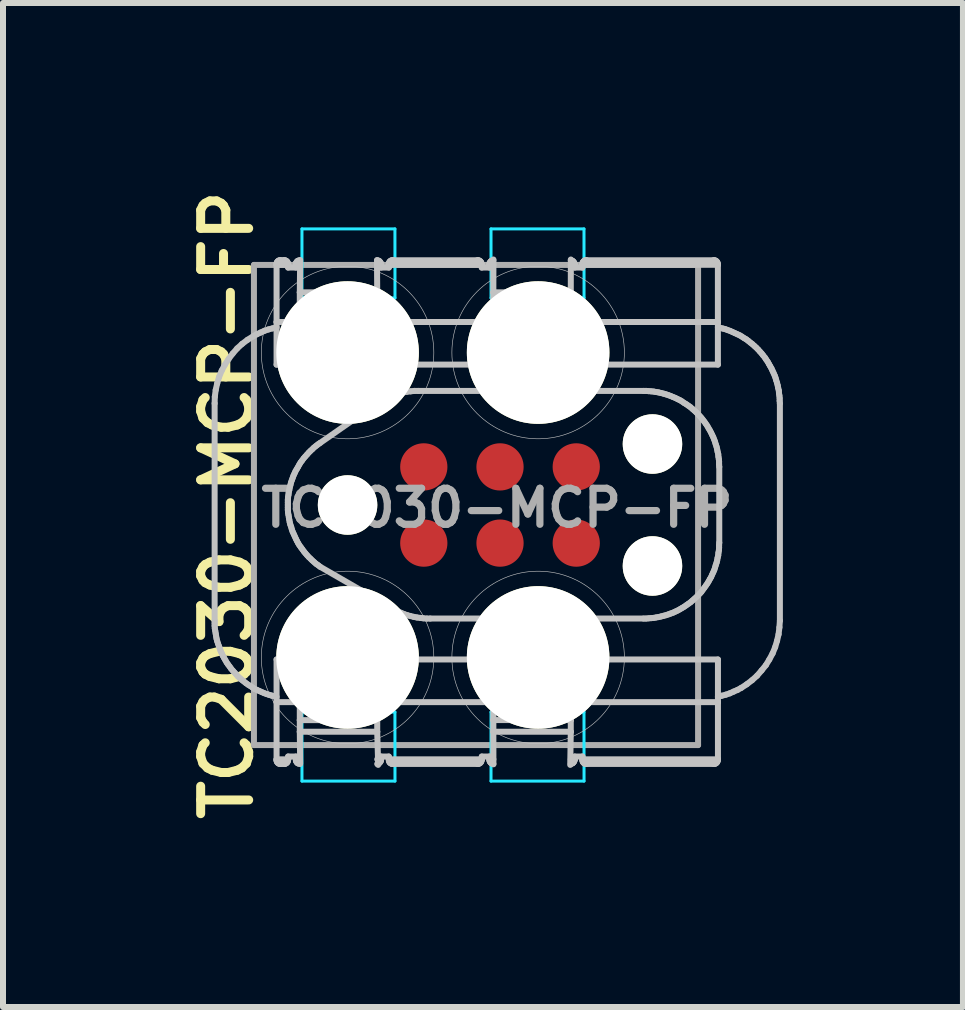
<source format=kicad_pcb>
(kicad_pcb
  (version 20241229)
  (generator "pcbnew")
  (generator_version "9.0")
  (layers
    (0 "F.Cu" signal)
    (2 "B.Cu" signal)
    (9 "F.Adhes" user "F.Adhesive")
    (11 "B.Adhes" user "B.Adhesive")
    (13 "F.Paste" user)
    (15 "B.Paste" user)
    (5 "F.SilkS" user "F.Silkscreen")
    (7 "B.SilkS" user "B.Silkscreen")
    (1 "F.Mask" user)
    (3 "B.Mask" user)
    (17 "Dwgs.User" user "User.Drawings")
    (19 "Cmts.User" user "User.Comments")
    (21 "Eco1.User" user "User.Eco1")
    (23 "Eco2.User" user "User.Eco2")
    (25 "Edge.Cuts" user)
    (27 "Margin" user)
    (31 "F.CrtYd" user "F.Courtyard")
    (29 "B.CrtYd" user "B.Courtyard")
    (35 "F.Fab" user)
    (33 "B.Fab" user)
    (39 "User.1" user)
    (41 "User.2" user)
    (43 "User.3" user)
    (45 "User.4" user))
  (footprint "TC2030-MCP-FP"
    (layer "F.Cu")
    (at 5.281 5.364)
    (property "Reference" "TC2030-MCP-FP" (at -4.55 0 270) (layer "F.SilkS") (effects (font (size 0.8 0.8) (thickness 0.15) (bold yes))))
    (attr exclude_from_pos_files exclude_from_bom)
    (fp_line (start -4.755 1.928) (end -4.755 -1.693) (stroke (width 0.1) (type solid)) (layer "Dwgs.User"))
    (fp_line (start -4.755 1.928) (end -4.755 1.971) (stroke (width 0.1) (type solid)) (layer "Dwgs.User"))
    (fp_line (start -4.755 1.971) (end -4.755 2.014) (stroke (width 0.1) (type solid)) (layer "Dwgs.User"))
    (fp_line (start -4.755 2.014) (end -4.752 2.057) (stroke (width 0.1) (type solid)) (layer "Dwgs.User"))
    (fp_line (start -4.752 -1.804) (end -4.755 -1.693) (stroke (width 0.1) (type solid)) (layer "Dwgs.User"))
    (fp_line (start -4.752 2.057) (end -4.744 2.1) (stroke (width 0.1) (type solid)) (layer "Dwgs.User"))
    (fp_line (start -4.744 2.1) (end -4.737 2.143) (stroke (width 0.1) (type solid)) (layer "Dwgs.User"))
    (fp_line (start -4.737 -1.916) (end -4.752 -1.804) (stroke (width 0.1) (type solid)) (layer "Dwgs.User"))
    (fp_line (start -4.737 2.143) (end -4.73 2.186) (stroke (width 0.1) (type solid)) (layer "Dwgs.User"))
    (fp_line (start -4.73 2.186) (end -4.723 2.226) (stroke (width 0.1) (type solid)) (layer "Dwgs.User"))
    (fp_line (start -4.723 2.226) (end -4.712 2.269) (stroke (width 0.1) (type solid)) (layer "Dwgs.User"))
    (fp_line (start -4.712 -2.027) (end -4.737 -1.916) (stroke (width 0.1) (type solid)) (layer "Dwgs.User"))
    (fp_line (start -4.712 2.269) (end -4.698 2.312) (stroke (width 0.1) (type solid)) (layer "Dwgs.User"))
    (fp_line (start -4.698 2.312) (end -4.683 2.352) (stroke (width 0.1) (type solid)) (layer "Dwgs.User"))
    (fp_line (start -4.683 2.352) (end -4.669 2.391) (stroke (width 0.1) (type solid)) (layer "Dwgs.User"))
    (fp_line (start -4.68 -2.135) (end -4.712 -2.027) (stroke (width 0.1) (type solid)) (layer "Dwgs.User"))
    (fp_line (start -4.669 2.391) (end -4.655 2.431) (stroke (width 0.1) (type solid)) (layer "Dwgs.User"))
    (fp_line (start -4.655 2.431) (end -4.637 2.47) (stroke (width 0.1) (type solid)) (layer "Dwgs.User"))
    (fp_line (start -4.637 -2.239) (end -4.68 -2.135) (stroke (width 0.1) (type solid)) (layer "Dwgs.User"))
    (fp_line (start -4.637 2.47) (end -4.619 2.51) (stroke (width 0.1) (type solid)) (layer "Dwgs.User"))
    (fp_line (start -4.619 2.51) (end -4.597 2.549) (stroke (width 0.1) (type solid)) (layer "Dwgs.User"))
    (fp_line (start -4.597 2.549) (end -4.576 2.585) (stroke (width 0.1) (type solid)) (layer "Dwgs.User"))
    (fp_line (start -4.583 -2.339) (end -4.637 -2.239) (stroke (width 0.1) (type solid)) (layer "Dwgs.User"))
    (fp_line (start -4.576 2.585) (end -4.554 2.625) (stroke (width 0.1) (type solid)) (layer "Dwgs.User"))
    (fp_line (start -4.554 2.625) (end -4.529 2.66) (stroke (width 0.1) (type solid)) (layer "Dwgs.User"))
    (fp_line (start -4.529 2.66) (end -4.504 2.693) (stroke (width 0.1) (type solid)) (layer "Dwgs.User"))
    (fp_line (start -4.522 -2.433) (end -4.583 -2.339) (stroke (width 0.1) (type solid)) (layer "Dwgs.User"))
    (fp_line (start -4.504 2.693) (end -4.479 2.729) (stroke (width 0.1) (type solid)) (layer "Dwgs.User"))
    (fp_line (start -4.479 2.729) (end -4.451 2.761) (stroke (width 0.1) (type solid)) (layer "Dwgs.User"))
    (fp_line (start -4.454 -2.523) (end -4.522 -2.433) (stroke (width 0.1) (type solid)) (layer "Dwgs.User"))
    (fp_line (start -4.451 2.761) (end -4.422 2.793) (stroke (width 0.1) (type solid)) (layer "Dwgs.User"))
    (fp_line (start -4.422 2.793) (end -4.393 2.826) (stroke (width 0.1) (type solid)) (layer "Dwgs.User"))
    (fp_line (start -4.393 2.826) (end -4.365 2.858) (stroke (width 0.1) (type solid)) (layer "Dwgs.User"))
    (fp_line (start -4.379 -2.609) (end -4.454 -2.523) (stroke (width 0.1) (type solid)) (layer "Dwgs.User"))
    (fp_line (start -4.365 2.858) (end -4.332 2.887) (stroke (width 0.1) (type solid)) (layer "Dwgs.User"))
    (fp_line (start -4.332 2.887) (end -4.3 2.915) (stroke (width 0.1) (type solid)) (layer "Dwgs.User"))
    (fp_line (start -4.3 2.915) (end -4.268 2.94) (stroke (width 0.1) (type solid)) (layer "Dwgs.User"))
    (fp_line (start -4.297 -2.684) (end -4.379 -2.609) (stroke (width 0.1) (type solid)) (layer "Dwgs.User"))
    (fp_line (start -4.268 2.94) (end -4.232 2.969) (stroke (width 0.1) (type solid)) (layer "Dwgs.User"))
    (fp_line (start -4.232 2.969) (end -4.196 2.994) (stroke (width 0.1) (type solid)) (layer "Dwgs.User"))
    (fp_line (start -4.207 -2.752) (end -4.297 -2.684) (stroke (width 0.1) (type solid)) (layer "Dwgs.User"))
    (fp_line (start -4.196 2.994) (end -4.16 3.016) (stroke (width 0.1) (type solid)) (layer "Dwgs.User"))
    (fp_line (start -4.16 3.016) (end -4.124 3.041) (stroke (width 0.1) (type solid)) (layer "Dwgs.User"))
    (fp_line (start -4.124 3.041) (end -4.089 3.063) (stroke (width 0.1) (type solid)) (layer "Dwgs.User"))
    (fp_line (start -4.11 -2.813) (end -4.207 -2.752) (stroke (width 0.1) (type solid)) (layer "Dwgs.User"))
    (fp_line (start -4.089 3.063) (end -4.049 3.081) (stroke (width 0.1) (type solid)) (layer "Dwgs.User"))
    (fp_line (start -4.049 -2.846) (end -4.11 -2.813) (stroke (width 0.1) (type solid)) (layer "Dwgs.User"))
    (fp_line (start -4.049 3.081) (end -4.01 3.099) (stroke (width 0.1) (type solid)) (layer "Dwgs.User"))
    (fp_line (start -4.01 3.099) (end -3.97 3.117) (stroke (width 0.1) (type solid)) (layer "Dwgs.User"))
    (fp_line (start -3.988 -2.874) (end -4.049 -2.846) (stroke (width 0.1) (type solid)) (layer "Dwgs.User"))
    (fp_line (start -3.97 3.117) (end -3.931 3.134) (stroke (width 0.1) (type solid)) (layer "Dwgs.User"))
    (fp_line (start -3.931 3.134) (end -3.891 3.149) (stroke (width 0.1) (type solid)) (layer "Dwgs.User"))
    (fp_line (start -3.924 -2.903) (end -3.988 -2.874) (stroke (width 0.1) (type solid)) (layer "Dwgs.User"))
    (fp_line (start -3.891 3.149) (end -3.848 3.163) (stroke (width 0.1) (type solid)) (layer "Dwgs.User"))
    (fp_line (start -3.859 -2.925) (end -3.924 -2.903) (stroke (width 0.1) (type solid)) (layer "Dwgs.User"))
    (fp_line (start -3.848 3.163) (end -3.809 3.174) (stroke (width 0.1) (type solid)) (layer "Dwgs.User"))
    (fp_line (start -3.809 3.174) (end -3.766 3.185) (stroke (width 0.1) (type solid)) (layer "Dwgs.User"))
    (fp_line (start -3.791 -2.943) (end -3.859 -2.925) (stroke (width 0.1) (type solid)) (layer "Dwgs.User"))
    (fp_line (start -3.766 3.185) (end -3.723 3.196) (stroke (width 0.1) (type solid)) (layer "Dwgs.User"))
    (fp_line (start -3.723 -3.049) (end -3.723 -4.002) (stroke (width 0.1) (type solid)) (layer "Dwgs.User"))
    (fp_line (start -3.723 -2.96) (end -3.791 -2.943) (stroke (width 0.1) (type solid)) (layer "Dwgs.User"))
    (fp_line (start -3.723 -4.01) (end -3.723 -4.002) (stroke (width 0.1) (type solid)) (layer "Dwgs.User"))
    (fp_line (start -3.723 3.285) (end -3.336 3.285) (stroke (width 0.1) (type solid)) (layer "Dwgs.User"))
    (fp_line (start -3.723 4.244) (end -3.723 4.262) (stroke (width 0.1) (type solid)) (layer "Dwgs.User"))
    (fp_line (start -3.723 4.262) (end -3.716 4.28) (stroke (width 0.1) (type solid)) (layer "Dwgs.User"))
    (fp_line (start -3.723 -3.049) (end -3.723 -2.339) (stroke (width 0.1) (type solid)) (layer "Dwgs.User"))
    (fp_line (start -3.723 -4.028) (end -3.723 -4.01) (stroke (width 0.1) (type solid)) (layer "Dwgs.User"))
    (fp_line (start -3.723 2.574) (end 3.63 2.574) (stroke (width 0.1) (type solid)) (layer "Dwgs.User"))
    (fp_line (start -3.723 -4.002) (end -3.53 -4.002) (stroke (width 0.1) (type solid)) (layer "Dwgs.User"))
    (fp_line (start -3.723 2.574) (end -3.723 3.285) (stroke (width 0.1) (type solid)) (layer "Dwgs.User"))
    (fp_line (start -3.723 4.237) (end -3.723 4.244) (stroke (width 0.1) (type solid)) (layer "Dwgs.User"))
    (fp_line (start -3.723 4.237) (end -3.723 3.285) (stroke (width 0.1) (type solid)) (layer "Dwgs.User"))
    (fp_line (start -3.716 4.28) (end -3.705 4.295) (stroke (width 0.1) (type solid)) (layer "Dwgs.User"))
    (fp_line (start -3.716 -4.046) (end -3.723 -4.028) (stroke (width 0.1) (type solid)) (layer "Dwgs.User"))
    (fp_line (start -3.705 4.295) (end -3.691 4.306) (stroke (width 0.1) (type solid)) (layer "Dwgs.User"))
    (fp_line (start -3.705 -4.06) (end -3.716 -4.046) (stroke (width 0.1) (type solid)) (layer "Dwgs.User"))
    (fp_line (start -3.691 4.306) (end -3.673 4.314) (stroke (width 0.1) (type solid)) (layer "Dwgs.User"))
    (fp_line (start -3.691 -4.071) (end -3.705 -4.06) (stroke (width 0.1) (type solid)) (layer "Dwgs.User"))
    (fp_line (start -3.673 4.314) (end -3.655 4.316) (stroke (width 0.1) (type solid)) (layer "Dwgs.User"))
    (fp_line (start -3.673 -4.078) (end -3.691 -4.071) (stroke (width 0.1) (type solid)) (layer "Dwgs.User"))
    (fp_line (start -3.655 -4.078) (end -3.601 -4.078) (stroke (width 0.1) (type solid)) (layer "Dwgs.User"))
    (fp_line (start -3.655 -4.081) (end -3.673 -4.078) (stroke (width 0.1) (type solid)) (layer "Dwgs.User"))
    (fp_line (start -3.601 4.314) (end -3.655 4.314) (stroke (width 0.1) (type solid)) (layer "Dwgs.User"))
    (fp_line (start -3.601 4.316) (end -3.583 4.314) (stroke (width 0.1) (type solid)) (layer "Dwgs.User"))
    (fp_line (start -3.583 -4.078) (end -3.601 -4.081) (stroke (width 0.1) (type solid)) (layer "Dwgs.User"))
    (fp_line (start -3.583 4.314) (end -3.565 4.305) (stroke (width 0.1) (type solid)) (layer "Dwgs.User"))
    (fp_line (start -3.565 -4.07) (end -3.583 -4.078) (stroke (width 0.1) (type solid)) (layer "Dwgs.User"))
    (fp_line (start -3.565 4.305) (end -3.551 4.295) (stroke (width 0.1) (type solid)) (layer "Dwgs.User"))
    (fp_line (start -3.551 -4.06) (end -3.565 -4.07) (stroke (width 0.1) (type solid)) (layer "Dwgs.User"))
    (fp_line (start -3.551 4.295) (end -3.54 4.28) (stroke (width 0.1) (type solid)) (layer "Dwgs.User"))
    (fp_line (start -3.54 -4.045) (end -3.551 -4.06) (stroke (width 0.1) (type solid)) (layer "Dwgs.User"))
    (fp_line (start -3.54 4.28) (end -3.533 4.262) (stroke (width 0.1) (type solid)) (layer "Dwgs.User"))
    (fp_line (start -3.535 -0.043) (end -3.535 -0.001) (stroke (width 0.1) (type solid)) (layer "Dwgs.User"))
    (fp_line (start -3.535 -0.001) (end -3.535 0.041) (stroke (width 0.1) (type solid)) (layer "Dwgs.User"))
    (fp_line (start -3.535 0.041) (end -3.535 0.08) (stroke (width 0.1) (type solid)) (layer "Dwgs.User"))
    (fp_line (start -3.535 0.08) (end -3.532 0.122) (stroke (width 0.1) (type solid)) (layer "Dwgs.User"))
    (fp_line (start -3.535 -0.085) (end -3.535 -0.043) (stroke (width 0.1) (type solid)) (layer "Dwgs.User"))
    (fp_line (start -3.533 -4.027) (end -3.54 -4.045) (stroke (width 0.1) (type solid)) (layer "Dwgs.User"))
    (fp_line (start -3.533 4.262) (end -3.53 4.244) (stroke (width 0.1) (type solid)) (layer "Dwgs.User"))
    (fp_line (start -3.532 0.122) (end -3.525 0.164) (stroke (width 0.1) (type solid)) (layer "Dwgs.User"))
    (fp_line (start -3.532 -0.127) (end -3.535 -0.085) (stroke (width 0.1) (type solid)) (layer "Dwgs.User"))
    (fp_line (start -3.53 4.237) (end -3.723 4.237) (stroke (width 0.1) (type solid)) (layer "Dwgs.User"))
    (fp_line (start -3.53 -4.01) (end -3.533 -4.027) (stroke (width 0.1) (type solid)) (layer "Dwgs.User"))
    (fp_line (start -3.53 -4.002) (end -3.53 -4.01) (stroke (width 0.1) (type solid)) (layer "Dwgs.User"))
    (fp_line (start -3.53 4.244) (end -3.53 4.237) (stroke (width 0.1) (type solid)) (layer "Dwgs.User"))
    (fp_line (start -3.53 4.191) (end -3.401 4.191) (stroke (width 0.1) (type solid)) (layer "Dwgs.User"))
    (fp_line (start -3.53 -3.956) (end -3.53 -4.002) (stroke (width 0.1) (type solid)) (layer "Dwgs.User"))
    (fp_line (start -3.53 4.237) (end -3.53 4.19) (stroke (width 0.1) (type solid)) (layer "Dwgs.User"))
    (fp_line (start -3.525 0.164) (end -3.518 0.206) (stroke (width 0.1) (type solid)) (layer "Dwgs.User"))
    (fp_line (start -3.525 -0.169) (end -3.532 -0.127) (stroke (width 0.1) (type solid)) (layer "Dwgs.User"))
    (fp_line (start -3.521 -0.208) (end -3.525 -0.169) (stroke (width 0.1) (type solid)) (layer "Dwgs.User"))
    (fp_line (start -3.518 0.206) (end -3.511 0.245) (stroke (width 0.1) (type solid)) (layer "Dwgs.User"))
    (fp_line (start -3.511 0.245) (end -3.504 0.287) (stroke (width 0.1) (type solid)) (layer "Dwgs.User"))
    (fp_line (start -3.511 -0.25) (end -3.521 -0.208) (stroke (width 0.1) (type solid)) (layer "Dwgs.User"))
    (fp_line (start -3.504 0.287) (end -3.493 0.329) (stroke (width 0.1) (type solid)) (layer "Dwgs.User"))
    (fp_line (start -3.504 -0.291) (end -3.511 -0.25) (stroke (width 0.1) (type solid)) (layer "Dwgs.User"))
    (fp_line (start -3.493 0.329) (end -3.479 0.368) (stroke (width 0.1) (type solid)) (layer "Dwgs.User"))
    (fp_line (start -3.493 -0.331) (end -3.504 -0.291) (stroke (width 0.1) (type solid)) (layer "Dwgs.User"))
    (fp_line (start -3.483 -0.373) (end -3.493 -0.331) (stroke (width 0.1) (type solid)) (layer "Dwgs.User"))
    (fp_line (start -3.479 0.368) (end -3.469 0.406) (stroke (width 0.1) (type solid)) (layer "Dwgs.User"))
    (fp_line (start -3.469 0.406) (end -3.455 0.445) (stroke (width 0.1) (type solid)) (layer "Dwgs.User"))
    (fp_line (start -3.469 -0.412) (end -3.483 -0.373) (stroke (width 0.1) (type solid)) (layer "Dwgs.User"))
    (fp_line (start -3.455 0.445) (end -3.437 0.484) (stroke (width 0.1) (type solid)) (layer "Dwgs.User"))
    (fp_line (start -3.455 -0.45) (end -3.469 -0.412) (stroke (width 0.1) (type solid)) (layer "Dwgs.User"))
    (fp_line (start -3.441 -0.489) (end -3.455 -0.45) (stroke (width 0.1) (type solid)) (layer "Dwgs.User"))
    (fp_line (start -3.437 0.484) (end -3.42 0.522) (stroke (width 0.1) (type solid)) (layer "Dwgs.User"))
    (fp_line (start -3.423 -0.528) (end -3.441 -0.489) (stroke (width 0.1) (type solid)) (layer "Dwgs.User"))
    (fp_line (start -3.42 0.522) (end -3.402 0.561) (stroke (width 0.1) (type solid)) (layer "Dwgs.User"))
    (fp_line (start -3.406 -0.566) (end -3.423 -0.528) (stroke (width 0.1) (type solid)) (layer "Dwgs.User"))
    (fp_line (start -3.402 0.561) (end -3.385 0.596) (stroke (width 0.1) (type solid)) (layer "Dwgs.User"))
    (fp_line (start -3.401 -3.956) (end -3.53 -3.956) (stroke (width 0.1) (type solid)) (layer "Dwgs.User"))
    (fp_line (start -3.401 -4.01) (end -3.401 -4.002) (stroke (width 0.1) (type solid)) (layer "Dwgs.User"))
    (fp_line (start -3.401 -4.028) (end -3.401 -4.01) (stroke (width 0.1) (type solid)) (layer "Dwgs.User"))
    (fp_line (start -3.401 4.244) (end -3.401 4.262) (stroke (width 0.1) (type solid)) (layer "Dwgs.User"))
    (fp_line (start -3.401 4.262) (end -3.393 4.277) (stroke (width 0.1) (type solid)) (layer "Dwgs.User"))
    (fp_line (start -3.401 4.191) (end -3.401 4.237) (stroke (width 0.1) (type solid)) (layer "Dwgs.User"))
    (fp_line (start -3.401 4.237) (end -3.401 4.244) (stroke (width 0.1) (type solid)) (layer "Dwgs.User"))
    (fp_line (start -3.401 -4.002) (end -3.401 -3.956) (stroke (width 0.1) (type solid)) (layer "Dwgs.User"))
    (fp_line (start -3.401 -4.002) (end -3.336 -4.002) (stroke (width 0.1) (type solid)) (layer "Dwgs.User"))
    (fp_line (start -3.394 -4.042) (end -3.401 -4.028) (stroke (width 0.1) (type solid)) (layer "Dwgs.User"))
    (fp_line (start -3.393 4.277) (end -3.383 4.291) (stroke (width 0.1) (type solid)) (layer "Dwgs.User"))
    (fp_line (start -3.385 0.596) (end -3.364 0.635) (stroke (width 0.1) (type solid)) (layer "Dwgs.User"))
    (fp_line (start -3.385 -0.601) (end -3.406 -0.566) (stroke (width 0.1) (type solid)) (layer "Dwgs.User"))
    (fp_line (start -3.383 -4.056) (end -3.394 -4.042) (stroke (width 0.1) (type solid)) (layer "Dwgs.User"))
    (fp_line (start -3.383 4.291) (end -3.372 4.302) (stroke (width 0.1) (type solid)) (layer "Dwgs.User"))
    (fp_line (start -3.372 -4.067) (end -3.383 -4.056) (stroke (width 0.1) (type solid)) (layer "Dwgs.User"))
    (fp_line (start -3.372 4.302) (end -3.354 4.309) (stroke (width 0.1) (type solid)) (layer "Dwgs.User"))
    (fp_line (start -3.364 0.635) (end -3.343 0.67) (stroke (width 0.1) (type solid)) (layer "Dwgs.User"))
    (fp_line (start -3.364 -0.636) (end -3.385 -0.601) (stroke (width 0.1) (type solid)) (layer "Dwgs.User"))
    (fp_line (start -3.354 -4.074) (end -3.372 -4.067) (stroke (width 0.1) (type solid)) (layer "Dwgs.User"))
    (fp_line (start -3.354 4.309) (end -3.336 4.314) (stroke (width 0.1) (type solid)) (layer "Dwgs.User"))
    (fp_line (start -3.343 0.67) (end -3.318 0.705) (stroke (width 0.1) (type solid)) (layer "Dwgs.User"))
    (fp_line (start -3.343 -0.675) (end -3.364 -0.636) (stroke (width 0.1) (type solid)) (layer "Dwgs.User"))
    (fp_line (start -3.336 -3.049) (end -3.723 -3.049) (stroke (width 0.1) (type solid)) (layer "Dwgs.User"))
    (fp_line (start -3.336 3.285) (end -2.046 3.285) (stroke (width 0.1) (type solid)) (layer "Dwgs.User"))
    (fp_line (start -3.336 4.237) (end -3.401 4.237) (stroke (width 0.1) (type solid)) (layer "Dwgs.User"))
    (fp_line (start -3.336 3.778) (end -3.336 3.584) (stroke (width 0.1) (type solid)) (layer "Dwgs.User"))
    (fp_line (start -3.336 -4.078) (end -3.354 -4.074) (stroke (width 0.1) (type solid)) (layer "Dwgs.User"))
    (fp_line (start -3.336 -3.543) (end -3.33 -4.08) (stroke (width 0.1) (type solid)) (layer "Dwgs.User"))
    (fp_line (start -3.336 -3.349) (end -3.336 -3.543) (stroke (width 0.1) (type solid)) (layer "Dwgs.User"))
    (fp_line (start -3.336 -3.349) (end -3.336 -3.049) (stroke (width 0.1) (type solid)) (layer "Dwgs.User"))
    (fp_line (start -3.336 3.778) (end -2.046 3.778) (stroke (width 0.1) (type solid)) (layer "Dwgs.User"))
    (fp_line (start -3.336 3.584) (end -2.046 3.584) (stroke (width 0.1) (type solid)) (layer "Dwgs.User"))
    (fp_line (start -3.336 3.285) (end -3.336 3.583) (stroke (width 0.1) (type solid)) (layer "Dwgs.User"))
    (fp_line (start -3.33 4.31) (end -3.336 3.777) (stroke (width 0.1) (type solid)) (layer "Dwgs.User"))
    (fp_line (start -3.322 -0.71) (end -3.343 -0.675) (stroke (width 0.1) (type solid)) (layer "Dwgs.User"))
    (fp_line (start -3.318 0.705) (end -3.294 0.737) (stroke (width 0.1) (type solid)) (layer "Dwgs.User"))
    (fp_line (start -3.297 -0.742) (end -3.322 -0.71) (stroke (width 0.1) (type solid)) (layer "Dwgs.User"))
    (fp_line (start -3.294 0.737) (end -3.269 0.772) (stroke (width 0.1) (type solid)) (layer "Dwgs.User"))
    (fp_line (start -3.272 -0.777) (end -3.297 -0.742) (stroke (width 0.1) (type solid)) (layer "Dwgs.User"))
    (fp_line (start -3.269 0.772) (end -3.244 0.803) (stroke (width 0.1) (type solid)) (layer "Dwgs.User"))
    (fp_line (start -3.244 -0.809) (end -3.272 -0.777) (stroke (width 0.1) (type solid)) (layer "Dwgs.User"))
    (fp_line (start -3.244 0.803) (end -3.216 0.835) (stroke (width 0.1) (type solid)) (layer "Dwgs.User"))
    (fp_line (start -3.216 -0.84) (end -3.244 -0.809) (stroke (width 0.1) (type solid)) (layer "Dwgs.User"))
    (fp_line (start -3.216 0.835) (end -3.188 0.866) (stroke (width 0.1) (type solid)) (layer "Dwgs.User"))
    (fp_line (start -3.188 -0.872) (end -3.216 -0.84) (stroke (width 0.1) (type solid)) (layer "Dwgs.User"))
    (fp_line (start -3.188 0.866) (end -3.157 0.895) (stroke (width 0.1) (type solid)) (layer "Dwgs.User"))
    (fp_line (start -3.16 -0.9) (end -3.188 -0.872) (stroke (width 0.1) (type solid)) (layer "Dwgs.User"))
    (fp_line (start -3.157 0.895) (end -3.129 0.923) (stroke (width 0.1) (type solid)) (layer "Dwgs.User"))
    (fp_line (start -3.129 -0.928) (end -3.16 -0.9) (stroke (width 0.1) (type solid)) (layer "Dwgs.User"))
    (fp_line (start -3.129 0.923) (end -3.097 0.951) (stroke (width 0.1) (type solid)) (layer "Dwgs.User"))
    (fp_line (start -3.101 -0.956) (end -3.129 -0.928) (stroke (width 0.1) (type solid)) (layer "Dwgs.User"))
    (fp_line (start -3.097 0.951) (end -3.066 0.979) (stroke (width 0.1) (type solid)) (layer "Dwgs.User"))
    (fp_line (start -3.066 -0.984) (end -3.101 -0.956) (stroke (width 0.1) (type solid)) (layer "Dwgs.User"))
    (fp_line (start -3.066 0.979) (end -3.031 1.003) (stroke (width 0.1) (type solid)) (layer "Dwgs.User"))
    (fp_line (start -3.034 -1.009) (end -3.066 -0.984) (stroke (width 0.1) (type solid)) (layer "Dwgs.User"))
    (fp_line (start -3.031 1.003) (end -2.999 1.028) (stroke (width 0.1) (type solid)) (layer "Dwgs.User"))
    (fp_line (start -2.999 -1.033) (end -3.034 -1.009) (stroke (width 0.1) (type solid)) (layer "Dwgs.User"))
    (fp_line (start -2.999 -1.033) (end -2.081 -1.672) (stroke (width 0.1) (type solid)) (layer "Dwgs.User"))
    (fp_line (start -2.05 -4.08) (end -2.046 -3.543) (stroke (width 0.1) (type solid)) (layer "Dwgs.User"))
    (fp_line (start -2.046 -3.049) (end -2.046 -3.349) (stroke (width 0.1) (type solid)) (layer "Dwgs.User"))
    (fp_line (start -2.046 -3.543) (end -2.046 -3.349) (stroke (width 0.1) (type solid)) (layer "Dwgs.User"))
    (fp_line (start -2.046 -3.543) (end -3.336 -3.543) (stroke (width 0.1) (type solid)) (layer "Dwgs.User"))
    (fp_line (start -2.046 3.285) (end -0.111 3.285) (stroke (width 0.1) (type solid)) (layer "Dwgs.User"))
    (fp_line (start -2.046 3.584) (end -2.046 3.285) (stroke (width 0.1) (type solid)) (layer "Dwgs.User"))
    (fp_line (start -2.046 3.584) (end -2.046 3.778) (stroke (width 0.1) (type solid)) (layer "Dwgs.User"))
    (fp_line (start -2.046 -3.349) (end -3.336 -3.349) (stroke (width 0.1) (type solid)) (layer "Dwgs.User"))
    (fp_line (start -2.046 -4.002) (end -1.981 -4.002) (stroke (width 0.1) (type solid)) (layer "Dwgs.User"))
    (fp_line (start -2.046 -3.049) (end -3.336 -3.049) (stroke (width 0.1) (type solid)) (layer "Dwgs.User"))
    (fp_line (start -2.046 3.777) (end -2.03 4.33) (stroke (width 0.1) (type solid)) (layer "Dwgs.User"))
    (fp_line (start -2.046 4.314) (end -2.032 4.309) (stroke (width 0.1) (type solid)) (layer "Dwgs.User"))
    (fp_line (start -2.032 -4.074) (end -2.046 -4.078) (stroke (width 0.1) (type solid)) (layer "Dwgs.User"))
    (fp_line (start -2.032 4.309) (end -2.014 4.302) (stroke (width 0.1) (type solid)) (layer "Dwgs.User"))
    (fp_line (start -2.029 -1.708) (end -2.081 -1.672) (stroke (width 0.1) (type solid)) (layer "Dwgs.User"))
    (fp_line (start -2.014 -4.067) (end -2.032 -4.074) (stroke (width 0.1) (type solid)) (layer "Dwgs.User"))
    (fp_line (start -2.014 4.302) (end -2.003 4.291) (stroke (width 0.1) (type solid)) (layer "Dwgs.User"))
    (fp_line (start -2.003 -4.056) (end -2.014 -4.067) (stroke (width 0.1) (type solid)) (layer "Dwgs.User"))
    (fp_line (start -2.003 4.291) (end -1.992 4.277) (stroke (width 0.1) (type solid)) (layer "Dwgs.User"))
    (fp_line (start -1.992 -4.042) (end -2.003 -4.056) (stroke (width 0.1) (type solid)) (layer "Dwgs.User"))
    (fp_line (start -1.992 4.277) (end -1.985 4.262) (stroke (width 0.1) (type solid)) (layer "Dwgs.User"))
    (fp_line (start -1.985 -4.027) (end -1.992 -4.042) (stroke (width 0.1) (type solid)) (layer "Dwgs.User"))
    (fp_line (start -1.985 4.262) (end -1.981 4.244) (stroke (width 0.1) (type solid)) (layer "Dwgs.User"))
    (fp_line (start -1.982 -4.01) (end -1.985 -4.027) (stroke (width 0.1) (type solid)) (layer "Dwgs.User"))
    (fp_line (start -1.982 -4.002) (end -1.982 -4.01) (stroke (width 0.1) (type solid)) (layer "Dwgs.User"))
    (fp_line (start -1.982 4.237) (end -2.046 4.237) (stroke (width 0.1) (type solid)) (layer "Dwgs.User"))
    (fp_line (start -1.982 4.237) (end -1.982 4.191) (stroke (width 0.1) (type solid)) (layer "Dwgs.User"))
    (fp_line (start -1.982 4.191) (end -1.853 4.191) (stroke (width 0.1) (type solid)) (layer "Dwgs.User"))
    (fp_line (start -1.982 4.244) (end -1.982 4.237) (stroke (width 0.1) (type solid)) (layer "Dwgs.User"))
    (fp_line (start -1.982 -3.956) (end -1.982 -4.002) (stroke (width 0.1) (type solid)) (layer "Dwgs.User"))
    (fp_line (start -1.973 -1.743) (end -2.029 -1.708) (stroke (width 0.1) (type solid)) (layer "Dwgs.User"))
    (fp_line (start -1.917 -1.771) (end -1.973 -1.743) (stroke (width 0.1) (type solid)) (layer "Dwgs.User"))
    (fp_line (start -1.861 -1.799) (end -1.917 -1.771) (stroke (width 0.1) (type solid)) (layer "Dwgs.User"))
    (fp_line (start -1.853 -3.956) (end -1.982 -3.956) (stroke (width 0.1) (type solid)) (layer "Dwgs.User"))
    (fp_line (start -1.853 -4.028) (end -1.853 -4.01) (stroke (width 0.1) (type solid)) (layer "Dwgs.User"))
    (fp_line (start -1.853 4.191) (end -1.853 4.237) (stroke (width 0.1) (type solid)) (layer "Dwgs.User"))
    (fp_line (start -1.852 -4.01) (end -1.852 -4.002) (stroke (width 0.1) (type solid)) (layer "Dwgs.User"))
    (fp_line (start -1.852 4.244) (end -1.852 4.262) (stroke (width 0.1) (type solid)) (layer "Dwgs.User"))
    (fp_line (start -1.852 4.262) (end -1.845 4.28) (stroke (width 0.1) (type solid)) (layer "Dwgs.User"))
    (fp_line (start -1.852 4.237) (end -1.852 4.244) (stroke (width 0.1) (type solid)) (layer "Dwgs.User"))
    (fp_line (start -1.852 -4.002) (end -1.852 -3.956) (stroke (width 0.1) (type solid)) (layer "Dwgs.User"))
    (fp_line (start -1.852 -4.002) (end -0.304 -4.002) (stroke (width 0.1) (type solid)) (layer "Dwgs.User"))
    (fp_line (start -1.845 -4.046) (end -1.853 -4.028) (stroke (width 0.1) (type solid)) (layer "Dwgs.User"))
    (fp_line (start -1.845 4.28) (end -1.835 4.295) (stroke (width 0.1) (type solid)) (layer "Dwgs.User"))
    (fp_line (start -1.835 -4.06) (end -1.845 -4.046) (stroke (width 0.1) (type solid)) (layer "Dwgs.User"))
    (fp_line (start -1.835 4.295) (end -1.82 4.305) (stroke (width 0.1) (type solid)) (layer "Dwgs.User"))
    (fp_line (start -1.82 -4.071) (end -1.835 -4.06) (stroke (width 0.1) (type solid)) (layer "Dwgs.User"))
    (fp_line (start -1.82 4.305) (end -1.802 4.314) (stroke (width 0.1) (type solid)) (layer "Dwgs.User"))
    (fp_line (start -1.802 -4.078) (end -1.82 -4.071) (stroke (width 0.1) (type solid)) (layer "Dwgs.User"))
    (fp_line (start -1.802 4.314) (end -1.784 4.316) (stroke (width 0.1) (type solid)) (layer "Dwgs.User"))
    (fp_line (start -1.801 -1.823) (end -1.861 -1.799) (stroke (width 0.1) (type solid)) (layer "Dwgs.User"))
    (fp_line (start -1.794 1.723) (end -2.999 1.028) (stroke (width 0.1) (type solid)) (layer "Dwgs.User"))
    (fp_line (start -1.794 1.723) (end -1.749 1.751) (stroke (width 0.1) (type solid)) (layer "Dwgs.User"))
    (fp_line (start -1.785 -4.078) (end -0.376 -4.078) (stroke (width 0.1) (type solid)) (layer "Dwgs.User"))
    (fp_line (start -1.784 -4.081) (end -1.802 -4.078) (stroke (width 0.1) (type solid)) (layer "Dwgs.User"))
    (fp_line (start -1.749 1.751) (end -1.7 1.776) (stroke (width 0.1) (type solid)) (layer "Dwgs.User"))
    (fp_line (start -1.738 -1.841) (end -1.801 -1.823) (stroke (width 0.1) (type solid)) (layer "Dwgs.User"))
    (fp_line (start -1.7 1.776) (end -1.647 1.797) (stroke (width 0.1) (type solid)) (layer "Dwgs.User"))
    (fp_line (start -1.679 -1.859) (end -1.738 -1.841) (stroke (width 0.1) (type solid)) (layer "Dwgs.User"))
    (fp_line (start -1.647 1.797) (end -1.598 1.818) (stroke (width 0.1) (type solid)) (layer "Dwgs.User"))
    (fp_line (start -1.615 -1.876) (end -1.679 -1.859) (stroke (width 0.1) (type solid)) (layer "Dwgs.User"))
    (fp_line (start -1.598 1.818) (end -1.545 1.836) (stroke (width 0.1) (type solid)) (layer "Dwgs.User"))
    (fp_line (start -1.552 -1.887) (end -1.615 -1.876) (stroke (width 0.1) (type solid)) (layer "Dwgs.User"))
    (fp_line (start -1.545 1.836) (end -1.493 1.85) (stroke (width 0.1) (type solid)) (layer "Dwgs.User"))
    (fp_line (start -1.493 1.85) (end -1.437 1.864) (stroke (width 0.1) (type solid)) (layer "Dwgs.User"))
    (fp_line (start -1.489 -1.894) (end -1.552 -1.887) (stroke (width 0.1) (type solid)) (layer "Dwgs.User"))
    (fp_line (start -1.437 1.864) (end -1.384 1.874) (stroke (width 0.1) (type solid)) (layer "Dwgs.User"))
    (fp_line (start -1.426 -1.901) (end -1.489 -1.894) (stroke (width 0.1) (type solid)) (layer "Dwgs.User"))
    (fp_line (start -1.384 1.874) (end -1.328 1.881) (stroke (width 0.1) (type solid)) (layer "Dwgs.User"))
    (fp_line (start -1.36 -1.901) (end -1.426 -1.901) (stroke (width 0.1) (type solid)) (layer "Dwgs.User"))
    (fp_line (start -1.36 -1.901) (end 2.392 -1.901) (stroke (width 0.1) (type solid)) (layer "Dwgs.User"))
    (fp_line (start -1.328 1.881) (end -1.276 1.888) (stroke (width 0.1) (type solid)) (layer "Dwgs.User"))
    (fp_line (start -1.276 1.888) (end -1.22 1.892) (stroke (width 0.1) (type solid)) (layer "Dwgs.User"))
    (fp_line (start -1.22 1.892) (end -1.164 1.892) (stroke (width 0.1) (type solid)) (layer "Dwgs.User"))
    (fp_line (start -0.376 4.314) (end -1.784 4.314) (stroke (width 0.1) (type solid)) (layer "Dwgs.User"))
    (fp_line (start -0.376 4.316) (end -0.358 4.314) (stroke (width 0.1) (type solid)) (layer "Dwgs.User"))
    (fp_line (start -0.358 -4.078) (end -0.376 -4.081) (stroke (width 0.1) (type solid)) (layer "Dwgs.User"))
    (fp_line (start -0.358 4.314) (end -0.34 4.305) (stroke (width 0.1) (type solid)) (layer "Dwgs.User"))
    (fp_line (start -0.34 -4.07) (end -0.358 -4.078) (stroke (width 0.1) (type solid)) (layer "Dwgs.User"))
    (fp_line (start -0.34 4.305) (end -0.326 4.295) (stroke (width 0.1) (type solid)) (layer "Dwgs.User"))
    (fp_line (start -0.326 -4.06) (end -0.34 -4.07) (stroke (width 0.1) (type solid)) (layer "Dwgs.User"))
    (fp_line (start -0.326 4.295) (end -0.315 4.28) (stroke (width 0.1) (type solid)) (layer "Dwgs.User"))
    (fp_line (start -0.315 -4.045) (end -0.326 -4.06) (stroke (width 0.1) (type solid)) (layer "Dwgs.User"))
    (fp_line (start -0.315 4.28) (end -0.308 4.262) (stroke (width 0.1) (type solid)) (layer "Dwgs.User"))
    (fp_line (start -0.308 -4.027) (end -0.315 -4.045) (stroke (width 0.1) (type solid)) (layer "Dwgs.User"))
    (fp_line (start -0.308 4.262) (end -0.304 4.244) (stroke (width 0.1) (type solid)) (layer "Dwgs.User"))
    (fp_line (start -0.305 -3.956) (end -0.305 -4.002) (stroke (width 0.1) (type solid)) (layer "Dwgs.User"))
    (fp_line (start -0.304 4.237) (end -1.853 4.237) (stroke (width 0.1) (type solid)) (layer "Dwgs.User"))
    (fp_line (start -0.304 4.237) (end -0.304 4.191) (stroke (width 0.1) (type solid)) (layer "Dwgs.User"))
    (fp_line (start -0.304 4.191) (end -0.175 4.191) (stroke (width 0.1) (type solid)) (layer "Dwgs.User"))
    (fp_line (start -0.304 -4.002) (end -0.304 -4.01) (stroke (width 0.1) (type solid)) (layer "Dwgs.User"))
    (fp_line (start -0.304 -4.01) (end -0.308 -4.027) (stroke (width 0.1) (type solid)) (layer "Dwgs.User"))
    (fp_line (start -0.304 4.244) (end -0.304 4.237) (stroke (width 0.1) (type solid)) (layer "Dwgs.User"))
    (fp_line (start -0.176 -4.028) (end -0.176 -4.01) (stroke (width 0.1) (type solid)) (layer "Dwgs.User"))
    (fp_line (start -0.176 -4.002) (end -0.176 -3.956) (stroke (width 0.1) (type solid)) (layer "Dwgs.User"))
    (fp_line (start -0.175 4.244) (end -0.175 4.262) (stroke (width 0.1) (type solid)) (layer "Dwgs.User"))
    (fp_line (start -0.175 4.262) (end -0.168 4.277) (stroke (width 0.1) (type solid)) (layer "Dwgs.User"))
    (fp_line (start -0.175 -4.009) (end -0.175 -4.002) (stroke (width 0.1) (type solid)) (layer "Dwgs.User"))
    (fp_line (start -0.175 -3.956) (end -0.304 -3.956) (stroke (width 0.1) (type solid)) (layer "Dwgs.User"))
    (fp_line (start -0.175 -4.002) (end -0.111 -4.002) (stroke (width 0.1) (type solid)) (layer "Dwgs.User"))
    (fp_line (start -0.175 4.19) (end -0.175 4.237) (stroke (width 0.1) (type solid)) (layer "Dwgs.User"))
    (fp_line (start -0.175 4.237) (end -0.175 4.244) (stroke (width 0.1) (type solid)) (layer "Dwgs.User"))
    (fp_line (start -0.168 -4.042) (end -0.176 -4.028) (stroke (width 0.1) (type solid)) (layer "Dwgs.User"))
    (fp_line (start -0.168 4.277) (end -0.158 4.291) (stroke (width 0.1) (type solid)) (layer "Dwgs.User"))
    (fp_line (start -0.158 -4.056) (end -0.168 -4.042) (stroke (width 0.1) (type solid)) (layer "Dwgs.User"))
    (fp_line (start -0.158 4.291) (end -0.147 4.302) (stroke (width 0.1) (type solid)) (layer "Dwgs.User"))
    (fp_line (start -0.147 -4.067) (end -0.158 -4.056) (stroke (width 0.1) (type solid)) (layer "Dwgs.User"))
    (fp_line (start -0.147 4.302) (end -0.129 4.309) (stroke (width 0.1) (type solid)) (layer "Dwgs.User"))
    (fp_line (start -0.129 -4.074) (end -0.147 -4.067) (stroke (width 0.1) (type solid)) (layer "Dwgs.User"))
    (fp_line (start -0.129 4.309) (end -0.111 4.314) (stroke (width 0.1) (type solid)) (layer "Dwgs.User"))
    (fp_line (start -0.111 -3.543) (end -0.11 -4.09) (stroke (width 0.1) (type solid)) (layer "Dwgs.User"))
    (fp_line (start -0.111 -3.349) (end -0.111 -3.049) (stroke (width 0.1) (type solid)) (layer "Dwgs.User"))
    (fp_line (start -0.111 -3.049) (end -2.046 -3.049) (stroke (width 0.1) (type solid)) (layer "Dwgs.User"))
    (fp_line (start -0.111 -4.078) (end -0.129 -4.074) (stroke (width 0.1) (type solid)) (layer "Dwgs.User"))
    (fp_line (start -0.111 -3.349) (end -0.111 -3.543) (stroke (width 0.1) (type solid)) (layer "Dwgs.User"))
    (fp_line (start -0.111 3.285) (end 1.179 3.285) (stroke (width 0.1) (type solid)) (layer "Dwgs.User"))
    (fp_line (start -0.111 4.237) (end -0.175 4.237) (stroke (width 0.1) (type solid)) (layer "Dwgs.User"))
    (fp_line (start -0.111 3.778) (end 1.179 3.778) (stroke (width 0.1) (type solid)) (layer "Dwgs.User"))
    (fp_line (start -0.111 3.778) (end -0.111 3.584) (stroke (width 0.1) (type solid)) (layer "Dwgs.User"))
    (fp_line (start -0.111 3.285) (end -0.111 3.584) (stroke (width 0.1) (type solid)) (layer "Dwgs.User"))
    (fp_line (start -0.111 3.583) (end 1.179 3.583) (stroke (width 0.1) (type solid)) (layer "Dwgs.User"))
    (fp_line (start -0.11 4.32) (end -0.111 3.778) (stroke (width 0.1) (type solid)) (layer "Dwgs.User"))
    (fp_line (start 1.179 -3.543) (end -0.111 -3.543) (stroke (width 0.1) (type solid)) (layer "Dwgs.User"))
    (fp_line (start 1.179 -3.049) (end 1.179 -3.349) (stroke (width 0.1) (type solid)) (layer "Dwgs.User"))
    (fp_line (start 1.179 -3.543) (end 1.179 -3.349) (stroke (width 0.1) (type solid)) (layer "Dwgs.User"))
    (fp_line (start 1.179 3.584) (end 1.179 3.285) (stroke (width 0.1) (type solid)) (layer "Dwgs.User"))
    (fp_line (start 1.179 3.778) (end 1.17 4.33) (stroke (width 0.1) (type solid)) (layer "Dwgs.User"))
    (fp_line (start 1.179 -3.349) (end -0.111 -3.349) (stroke (width 0.1) (type solid)) (layer "Dwgs.User"))
    (fp_line (start 1.179 -4.002) (end 1.244 -4.002) (stroke (width 0.1) (type solid)) (layer "Dwgs.User"))
    (fp_line (start 1.179 -3.049) (end -0.111 -3.049) (stroke (width 0.1) (type solid)) (layer "Dwgs.User"))
    (fp_line (start 1.179 4.314) (end 1.194 4.309) (stroke (width 0.1) (type solid)) (layer "Dwgs.User"))
    (fp_line (start 1.179 3.285) (end 3.631 3.285) (stroke (width 0.1) (type solid)) (layer "Dwgs.User"))
    (fp_line (start 1.179 3.583) (end 1.179 3.777) (stroke (width 0.1) (type solid)) (layer "Dwgs.User"))
    (fp_line (start 1.18 -4.09) (end 1.179 -3.543) (stroke (width 0.1) (type solid)) (layer "Dwgs.User"))
    (fp_line (start 1.193 -4.074) (end 1.179 -4.078) (stroke (width 0.1) (type solid)) (layer "Dwgs.User"))
    (fp_line (start 1.194 4.309) (end 1.212 4.302) (stroke (width 0.1) (type solid)) (layer "Dwgs.User"))
    (fp_line (start 1.211 -4.067) (end 1.193 -4.074) (stroke (width 0.1) (type solid)) (layer "Dwgs.User"))
    (fp_line (start 1.212 4.302) (end 1.222 4.291) (stroke (width 0.1) (type solid)) (layer "Dwgs.User"))
    (fp_line (start 1.222 -4.056) (end 1.211 -4.067) (stroke (width 0.1) (type solid)) (layer "Dwgs.User"))
    (fp_line (start 1.222 4.291) (end 1.233 4.277) (stroke (width 0.1) (type solid)) (layer "Dwgs.User"))
    (fp_line (start 1.233 -4.042) (end 1.222 -4.056) (stroke (width 0.1) (type solid)) (layer "Dwgs.User"))
    (fp_line (start 1.233 4.277) (end 1.24 4.262) (stroke (width 0.1) (type solid)) (layer "Dwgs.User"))
    (fp_line (start 1.24 -4.027) (end 1.233 -4.042) (stroke (width 0.1) (type solid)) (layer "Dwgs.User"))
    (fp_line (start 1.24 4.262) (end 1.244 4.244) (stroke (width 0.1) (type solid)) (layer "Dwgs.User"))
    (fp_line (start 1.244 -4.002) (end 1.244 -4.01) (stroke (width 0.1) (type solid)) (layer "Dwgs.User"))
    (fp_line (start 1.244 4.237) (end 1.179 4.237) (stroke (width 0.1) (type solid)) (layer "Dwgs.User"))
    (fp_line (start 1.244 -4.01) (end 1.24 -4.027) (stroke (width 0.1) (type solid)) (layer "Dwgs.User"))
    (fp_line (start 1.244 4.191) (end 1.373 4.191) (stroke (width 0.1) (type solid)) (layer "Dwgs.User"))
    (fp_line (start 1.244 4.237) (end 1.244 4.191) (stroke (width 0.1) (type solid)) (layer "Dwgs.User"))
    (fp_line (start 1.244 4.244) (end 1.244 4.237) (stroke (width 0.1) (type solid)) (layer "Dwgs.User"))
    (fp_line (start 1.244 -3.956) (end 1.244 -4.002) (stroke (width 0.1) (type solid)) (layer "Dwgs.User"))
    (fp_line (start 1.373 -4.002) (end 1.373 -3.956) (stroke (width 0.1) (type solid)) (layer "Dwgs.User"))
    (fp_line (start 1.373 -3.956) (end 1.244 -3.956) (stroke (width 0.1) (type solid)) (layer "Dwgs.User"))
    (fp_line (start 1.373 -4.01) (end 1.373 -4.002) (stroke (width 0.1) (type solid)) (layer "Dwgs.User"))
    (fp_line (start 1.373 -4.028) (end 1.373 -4.01) (stroke (width 0.1) (type solid)) (layer "Dwgs.User"))
    (fp_line (start 1.373 4.244) (end 1.373 4.262) (stroke (width 0.1) (type solid)) (layer "Dwgs.User"))
    (fp_line (start 1.373 4.262) (end 1.38 4.28) (stroke (width 0.1) (type solid)) (layer "Dwgs.User"))
    (fp_line (start 1.373 4.237) (end 1.373 4.244) (stroke (width 0.1) (type solid)) (layer "Dwgs.User"))
    (fp_line (start 1.373 -4.002) (end 3.63 -4.002) (stroke (width 0.1) (type solid)) (layer "Dwgs.User"))
    (fp_line (start 1.373 4.19) (end 1.373 4.237) (stroke (width 0.1) (type solid)) (layer "Dwgs.User"))
    (fp_line (start 1.38 -4.046) (end 1.373 -4.028) (stroke (width 0.1) (type solid)) (layer "Dwgs.User"))
    (fp_line (start 1.38 4.28) (end 1.391 4.295) (stroke (width 0.1) (type solid)) (layer "Dwgs.User"))
    (fp_line (start 1.391 4.295) (end 1.405 4.306) (stroke (width 0.1) (type solid)) (layer "Dwgs.User"))
    (fp_line (start 1.391 -4.06) (end 1.38 -4.046) (stroke (width 0.1) (type solid)) (layer "Dwgs.User"))
    (fp_line (start 1.405 4.306) (end 1.423 4.314) (stroke (width 0.1) (type solid)) (layer "Dwgs.User"))
    (fp_line (start 1.405 -4.071) (end 1.391 -4.06) (stroke (width 0.1) (type solid)) (layer "Dwgs.User"))
    (fp_line (start 1.423 -4.078) (end 1.405 -4.071) (stroke (width 0.1) (type solid)) (layer "Dwgs.User"))
    (fp_line (start 1.423 4.314) (end 1.441 4.316) (stroke (width 0.1) (type solid)) (layer "Dwgs.User"))
    (fp_line (start 1.441 -4.078) (end 3.559 -4.078) (stroke (width 0.1) (type solid)) (layer "Dwgs.User"))
    (fp_line (start 1.441 -4.081) (end 1.423 -4.078) (stroke (width 0.1) (type solid)) (layer "Dwgs.User"))
    (fp_line (start 2.392 1.892) (end -1.164 1.892) (stroke (width 0.1) (type solid)) (layer "Dwgs.User"))
    (fp_line (start 2.392 1.892) (end 2.434 1.892) (stroke (width 0.1) (type solid)) (layer "Dwgs.User"))
    (fp_line (start 2.434 -1.901) (end 2.392 -1.901) (stroke (width 0.1) (type solid)) (layer "Dwgs.User"))
    (fp_line (start 2.434 1.892) (end 2.476 1.888) (stroke (width 0.1) (type solid)) (layer "Dwgs.User"))
    (fp_line (start 2.476 -1.897) (end 2.434 -1.901) (stroke (width 0.1) (type solid)) (layer "Dwgs.User"))
    (fp_line (start 2.476 1.888) (end 2.518 1.885) (stroke (width 0.1) (type solid)) (layer "Dwgs.User"))
    (fp_line (start 2.518 -1.894) (end 2.476 -1.897) (stroke (width 0.1) (type solid)) (layer "Dwgs.User"))
    (fp_line (start 2.518 1.885) (end 2.56 1.881) (stroke (width 0.1) (type solid)) (layer "Dwgs.User"))
    (fp_line (start 2.56 -1.89) (end 2.518 -1.894) (stroke (width 0.1) (type solid)) (layer "Dwgs.User"))
    (fp_line (start 2.56 1.881) (end 2.599 1.874) (stroke (width 0.1) (type solid)) (layer "Dwgs.User"))
    (fp_line (start 2.599 -1.883) (end 2.56 -1.89) (stroke (width 0.1) (type solid)) (layer "Dwgs.User"))
    (fp_line (start 2.599 1.874) (end 2.641 1.867) (stroke (width 0.1) (type solid)) (layer "Dwgs.User"))
    (fp_line (start 2.641 -1.876) (end 2.599 -1.883) (stroke (width 0.1) (type solid)) (layer "Dwgs.User"))
    (fp_line (start 2.641 1.867) (end 2.683 1.857) (stroke (width 0.1) (type solid)) (layer "Dwgs.User"))
    (fp_line (start 2.683 -1.866) (end 2.641 -1.876) (stroke (width 0.1) (type solid)) (layer "Dwgs.User"))
    (fp_line (start 2.683 1.857) (end 2.725 1.846) (stroke (width 0.1) (type solid)) (layer "Dwgs.User"))
    (fp_line (start 2.725 -1.855) (end 2.683 -1.866) (stroke (width 0.1) (type solid)) (layer "Dwgs.User"))
    (fp_line (start 2.725 1.846) (end 2.764 1.836) (stroke (width 0.1) (type solid)) (layer "Dwgs.User"))
    (fp_line (start 2.764 -1.844) (end 2.725 -1.855) (stroke (width 0.1) (type solid)) (layer "Dwgs.User"))
    (fp_line (start 2.764 1.836) (end 2.806 1.822) (stroke (width 0.1) (type solid)) (layer "Dwgs.User"))
    (fp_line (start 2.806 -1.83) (end 2.764 -1.844) (stroke (width 0.1) (type solid)) (layer "Dwgs.User"))
    (fp_line (start 2.806 1.822) (end 2.844 1.808) (stroke (width 0.1) (type solid)) (layer "Dwgs.User"))
    (fp_line (start 2.844 -1.816) (end 2.806 -1.83) (stroke (width 0.1) (type solid)) (layer "Dwgs.User"))
    (fp_line (start 2.844 1.808) (end 2.883 1.794) (stroke (width 0.1) (type solid)) (layer "Dwgs.User"))
    (fp_line (start 2.883 -1.799) (end 2.844 -1.816) (stroke (width 0.1) (type solid)) (layer "Dwgs.User"))
    (fp_line (start 2.883 1.794) (end 2.921 1.776) (stroke (width 0.1) (type solid)) (layer "Dwgs.User"))
    (fp_line (start 2.921 -1.784) (end 2.883 -1.799) (stroke (width 0.1) (type solid)) (layer "Dwgs.User"))
    (fp_line (start 2.921 1.776) (end 2.96 1.758) (stroke (width 0.1) (type solid)) (layer "Dwgs.User"))
    (fp_line (start 2.96 -1.764) (end 2.921 -1.784) (stroke (width 0.1) (type solid)) (layer "Dwgs.User"))
    (fp_line (start 2.96 1.758) (end 2.998 1.737) (stroke (width 0.1) (type solid)) (layer "Dwgs.User"))
    (fp_line (start 2.998 -1.746) (end 2.96 -1.764) (stroke (width 0.1) (type solid)) (layer "Dwgs.User"))
    (fp_line (start 2.998 1.737) (end 3.033 1.716) (stroke (width 0.1) (type solid)) (layer "Dwgs.User"))
    (fp_line (start 3.033 -1.725) (end 2.998 -1.746) (stroke (width 0.1) (type solid)) (layer "Dwgs.User"))
    (fp_line (start 3.033 1.716) (end 3.068 1.695) (stroke (width 0.1) (type solid)) (layer "Dwgs.User"))
    (fp_line (start 3.068 -1.7) (end 3.033 -1.725) (stroke (width 0.1) (type solid)) (layer "Dwgs.User"))
    (fp_line (start 3.068 1.695) (end 3.103 1.671) (stroke (width 0.1) (type solid)) (layer "Dwgs.User"))
    (fp_line (start 3.103 -1.679) (end 3.068 -1.7) (stroke (width 0.1) (type solid)) (layer "Dwgs.User"))
    (fp_line (start 3.103 1.671) (end 3.138 1.646) (stroke (width 0.1) (type solid)) (layer "Dwgs.User"))
    (fp_line (start 3.138 -1.655) (end 3.103 -1.679) (stroke (width 0.1) (type solid)) (layer "Dwgs.User"))
    (fp_line (start 3.138 1.646) (end 3.174 1.621) (stroke (width 0.1) (type solid)) (layer "Dwgs.User"))
    (fp_line (start 3.173 -1.63) (end 3.138 -1.655) (stroke (width 0.1) (type solid)) (layer "Dwgs.User"))
    (fp_line (start 3.174 1.621) (end 3.205 1.593) (stroke (width 0.1) (type solid)) (layer "Dwgs.User"))
    (fp_line (start 3.205 -1.602) (end 3.173 -1.63) (stroke (width 0.1) (type solid)) (layer "Dwgs.User"))
    (fp_line (start 3.205 1.593) (end 3.237 1.565) (stroke (width 0.1) (type solid)) (layer "Dwgs.User"))
    (fp_line (start 3.237 -1.574) (end 3.205 -1.602) (stroke (width 0.1) (type solid)) (layer "Dwgs.User"))
    (fp_line (start 3.237 1.565) (end 3.268 1.537) (stroke (width 0.1) (type solid)) (layer "Dwgs.User"))
    (fp_line (start 3.268 -1.546) (end 3.237 -1.574) (stroke (width 0.1) (type solid)) (layer "Dwgs.User"))
    (fp_line (start 3.268 1.537) (end 3.296 1.509) (stroke (width 0.1) (type solid)) (layer "Dwgs.User"))
    (fp_line (start 3.296 -1.514) (end 3.268 -1.546) (stroke (width 0.1) (type solid)) (layer "Dwgs.User"))
    (fp_line (start 3.296 1.509) (end 3.328 1.477) (stroke (width 0.1) (type solid)) (layer "Dwgs.User"))
    (fp_line (start 3.328 -1.483) (end 3.296 -1.514) (stroke (width 0.1) (type solid)) (layer "Dwgs.User"))
    (fp_line (start 3.328 1.477) (end 3.356 1.446) (stroke (width 0.1) (type solid)) (layer "Dwgs.User"))
    (fp_line (start 3.356 1.446) (end 3.38 1.411) (stroke (width 0.1) (type solid)) (layer "Dwgs.User"))
    (fp_line (start 3.356 -1.451) (end 3.328 -1.483) (stroke (width 0.1) (type solid)) (layer "Dwgs.User"))
    (fp_line (start 3.38 1.411) (end 3.405 1.379) (stroke (width 0.1) (type solid)) (layer "Dwgs.User"))
    (fp_line (start 3.38 -1.42) (end 3.356 -1.451) (stroke (width 0.1) (type solid)) (layer "Dwgs.User"))
    (fp_line (start 3.405 1.379) (end 3.429 1.344) (stroke (width 0.1) (type solid)) (layer "Dwgs.User"))
    (fp_line (start 3.405 -1.388) (end 3.38 -1.42) (stroke (width 0.1) (type solid)) (layer "Dwgs.User"))
    (fp_line (start 3.429 -1.353) (end 3.405 -1.388) (stroke (width 0.1) (type solid)) (layer "Dwgs.User"))
    (fp_line (start 3.429 1.344) (end 3.454 1.309) (stroke (width 0.1) (type solid)) (layer "Dwgs.User"))
    (fp_line (start 3.454 1.309) (end 3.475 1.274) (stroke (width 0.1) (type solid)) (layer "Dwgs.User"))
    (fp_line (start 3.454 -1.318) (end 3.429 -1.353) (stroke (width 0.1) (type solid)) (layer "Dwgs.User"))
    (fp_line (start 3.475 1.274) (end 3.496 1.235) (stroke (width 0.1) (type solid)) (layer "Dwgs.User"))
    (fp_line (start 3.475 -1.279) (end 3.454 -1.318) (stroke (width 0.1) (type solid)) (layer "Dwgs.User"))
    (fp_line (start 3.496 1.235) (end 3.517 1.201) (stroke (width 0.1) (type solid)) (layer "Dwgs.User"))
    (fp_line (start 3.496 -1.244) (end 3.475 -1.279) (stroke (width 0.1) (type solid)) (layer "Dwgs.User"))
    (fp_line (start 3.517 1.201) (end 3.534 1.161) (stroke (width 0.1) (type solid)) (layer "Dwgs.User"))
    (fp_line (start 3.517 -1.205) (end 3.496 -1.244) (stroke (width 0.1) (type solid)) (layer "Dwgs.User"))
    (fp_line (start 3.534 -1.169) (end 3.517 -1.205) (stroke (width 0.1) (type solid)) (layer "Dwgs.User"))
    (fp_line (start 3.534 1.161) (end 3.552 1.123) (stroke (width 0.1) (type solid)) (layer "Dwgs.User"))
    (fp_line (start 3.552 -1.132) (end 3.534 -1.169) (stroke (width 0.1) (type solid)) (layer "Dwgs.User"))
    (fp_line (start 3.552 1.123) (end 3.569 1.084) (stroke (width 0.1) (type solid)) (layer "Dwgs.User"))
    (fp_line (start 3.559 4.314) (end 1.441 4.314) (stroke (width 0.1) (type solid)) (layer "Dwgs.User"))
    (fp_line (start 3.559 4.316) (end 3.577 4.314) (stroke (width 0.1) (type solid)) (layer "Dwgs.User"))
    (fp_line (start 3.569 1.084) (end 3.583 1.042) (stroke (width 0.1) (type solid)) (layer "Dwgs.User"))
    (fp_line (start 3.569 -1.089) (end 3.552 -1.132) (stroke (width 0.1) (type solid)) (layer "Dwgs.User"))
    (fp_line (start 3.577 -4.078) (end 3.559 -4.081) (stroke (width 0.1) (type solid)) (layer "Dwgs.User"))
    (fp_line (start 3.577 4.314) (end 3.595 4.306) (stroke (width 0.1) (type solid)) (layer "Dwgs.User"))
    (fp_line (start 3.583 1.042) (end 3.594 1.003) (stroke (width 0.1) (type solid)) (layer "Dwgs.User"))
    (fp_line (start 3.583 -1.051) (end 3.569 -1.089) (stroke (width 0.1) (type solid)) (layer "Dwgs.User"))
    (fp_line (start 3.594 1.003) (end 3.608 0.961) (stroke (width 0.1) (type solid)) (layer "Dwgs.User"))
    (fp_line (start 3.594 -1.012) (end 3.583 -1.051) (stroke (width 0.1) (type solid)) (layer "Dwgs.User"))
    (fp_line (start 3.595 -4.07) (end 3.577 -4.078) (stroke (width 0.1) (type solid)) (layer "Dwgs.User"))
    (fp_line (start 3.595 4.306) (end 3.609 4.295) (stroke (width 0.1) (type solid)) (layer "Dwgs.User"))
    (fp_line (start 3.608 0.961) (end 3.618 0.923) (stroke (width 0.1) (type solid)) (layer "Dwgs.User"))
    (fp_line (start 3.608 -0.97) (end 3.594 -1.012) (stroke (width 0.1) (type solid)) (layer "Dwgs.User"))
    (fp_line (start 3.609 4.295) (end 3.62 4.28) (stroke (width 0.1) (type solid)) (layer "Dwgs.User"))
    (fp_line (start 3.609 -4.06) (end 3.595 -4.07) (stroke (width 0.1) (type solid)) (layer "Dwgs.User"))
    (fp_line (start 3.618 -0.928) (end 3.608 -0.97) (stroke (width 0.1) (type solid)) (layer "Dwgs.User"))
    (fp_line (start 3.618 0.923) (end 3.625 0.881) (stroke (width 0.1) (type solid)) (layer "Dwgs.User"))
    (fp_line (start 3.62 -4.045) (end 3.609 -4.06) (stroke (width 0.1) (type solid)) (layer "Dwgs.User"))
    (fp_line (start 3.62 4.28) (end 3.627 4.262) (stroke (width 0.1) (type solid)) (layer "Dwgs.User"))
    (fp_line (start 3.625 -0.889) (end 3.618 -0.928) (stroke (width 0.1) (type solid)) (layer "Dwgs.User"))
    (fp_line (start 3.625 0.881) (end 3.636 0.838) (stroke (width 0.1) (type solid)) (layer "Dwgs.User"))
    (fp_line (start 3.627 -4.027) (end 3.62 -4.045) (stroke (width 0.1) (type solid)) (layer "Dwgs.User"))
    (fp_line (start 3.627 4.262) (end 3.63 4.244) (stroke (width 0.1) (type solid)) (layer "Dwgs.User"))
    (fp_line (start 3.63 -2.339) (end -3.723 -2.339) (stroke (width 0.1) (type solid)) (layer "Dwgs.User"))
    (fp_line (start 3.63 -4.002) (end 3.63 -3.049) (stroke (width 0.1) (type solid)) (layer "Dwgs.User"))
    (fp_line (start 3.63 4.237) (end 1.373 4.237) (stroke (width 0.1) (type solid)) (layer "Dwgs.User"))
    (fp_line (start 3.63 -4.01) (end 3.627 -4.027) (stroke (width 0.1) (type solid)) (layer "Dwgs.User"))
    (fp_line (start 3.63 -2.339) (end 3.63 -3.049) (stroke (width 0.1) (type solid)) (layer "Dwgs.User"))
    (fp_line (start 3.63 -4.002) (end 3.63 -4.01) (stroke (width 0.1) (type solid)) (layer "Dwgs.User"))
    (fp_line (start 3.63 3.196) (end 3.695 3.178) (stroke (width 0.1) (type solid)) (layer "Dwgs.User"))
    (fp_line (start 3.63 -3.049) (end 1.179 -3.049) (stroke (width 0.1) (type solid)) (layer "Dwgs.User"))
    (fp_line (start 3.631 3.285) (end 3.631 4.237) (stroke (width 0.1) (type solid)) (layer "Dwgs.User"))
    (fp_line (start 3.631 4.244) (end 3.631 4.237) (stroke (width 0.1) (type solid)) (layer "Dwgs.User"))
    (fp_line (start 3.631 3.285) (end 3.631 2.574) (stroke (width 0.1) (type solid)) (layer "Dwgs.User"))
    (fp_line (start 3.636 -0.847) (end 3.625 -0.889) (stroke (width 0.1) (type solid)) (layer "Dwgs.User"))
    (fp_line (start 3.636 0.838) (end 3.639 0.796) (stroke (width 0.1) (type solid)) (layer "Dwgs.User"))
    (fp_line (start 3.639 -0.805) (end 3.636 -0.847) (stroke (width 0.1) (type solid)) (layer "Dwgs.User"))
    (fp_line (start 3.639 0.796) (end 3.647 0.754) (stroke (width 0.1) (type solid)) (layer "Dwgs.User"))
    (fp_line (start 3.646 -0.763) (end 3.639 -0.805) (stroke (width 0.1) (type solid)) (layer "Dwgs.User"))
    (fp_line (start 3.647 0.754) (end 3.65 0.712) (stroke (width 0.1) (type solid)) (layer "Dwgs.User"))
    (fp_line (start 3.65 -0.721) (end 3.646 -0.763) (stroke (width 0.1) (type solid)) (layer "Dwgs.User"))
    (fp_line (start 3.65 -0.679) (end 3.65 -0.721) (stroke (width 0.1) (type solid)) (layer "Dwgs.User"))
    (fp_line (start 3.65 0.712) (end 3.65 0.67) (stroke (width 0.1) (type solid)) (layer "Dwgs.User"))
    (fp_line (start 3.65 0.67) (end 3.653 0.628) (stroke (width 0.1) (type solid)) (layer "Dwgs.User"))
    (fp_line (start 3.653 -0.636) (end 3.65 -0.679) (stroke (width 0.1) (type solid)) (layer "Dwgs.User"))
    (fp_line (start 3.653 -0.636) (end 3.653 0.628) (stroke (width 0.1) (type solid)) (layer "Dwgs.User"))
    (fp_line (start 3.67 -2.95) (end 3.63 -2.96) (stroke (width 0.1) (type solid)) (layer "Dwgs.User"))
    (fp_line (start 3.695 3.178) (end 3.763 3.16) (stroke (width 0.1) (type solid)) (layer "Dwgs.User"))
    (fp_line (start 3.713 -2.94) (end 3.67 -2.95) (stroke (width 0.1) (type solid)) (layer "Dwgs.User"))
    (fp_line (start 3.756 -2.929) (end 3.713 -2.94) (stroke (width 0.1) (type solid)) (layer "Dwgs.User"))
    (fp_line (start 3.763 3.16) (end 3.828 3.138) (stroke (width 0.1) (type solid)) (layer "Dwgs.User"))
    (fp_line (start 3.795 -2.914) (end 3.756 -2.929) (stroke (width 0.1) (type solid)) (layer "Dwgs.User"))
    (fp_line (start 3.828 3.138) (end 3.892 3.109) (stroke (width 0.1) (type solid)) (layer "Dwgs.User"))
    (fp_line (start 3.835 -2.9) (end 3.795 -2.914) (stroke (width 0.1) (type solid)) (layer "Dwgs.User"))
    (fp_line (start 3.874 -2.882) (end 3.835 -2.9) (stroke (width 0.1) (type solid)) (layer "Dwgs.User"))
    (fp_line (start 3.892 3.109) (end 3.957 3.081) (stroke (width 0.1) (type solid)) (layer "Dwgs.User"))
    (fp_line (start 3.913 -2.864) (end 3.874 -2.882) (stroke (width 0.1) (type solid)) (layer "Dwgs.User"))
    (fp_line (start 3.953 -2.846) (end 3.913 -2.864) (stroke (width 0.1) (type solid)) (layer "Dwgs.User"))
    (fp_line (start 3.957 3.081) (end 4.017 3.048) (stroke (width 0.1) (type solid)) (layer "Dwgs.User"))
    (fp_line (start 3.992 -2.828) (end 3.953 -2.846) (stroke (width 0.1) (type solid)) (layer "Dwgs.User"))
    (fp_line (start 4.018 3.048) (end 4.111 2.987) (stroke (width 0.1) (type solid)) (layer "Dwgs.User"))
    (fp_line (start 4.028 -2.807) (end 3.992 -2.828) (stroke (width 0.1) (type solid)) (layer "Dwgs.User"))
    (fp_line (start 4.068 -2.78) (end 4.028 -2.807) (stroke (width 0.1) (type solid)) (layer "Dwgs.User"))
    (fp_line (start 4.103 -2.76) (end 4.068 -2.78) (stroke (width 0.1) (type solid)) (layer "Dwgs.User"))
    (fp_line (start 4.111 2.987) (end 4.2 2.919) (stroke (width 0.1) (type solid)) (layer "Dwgs.User"))
    (fp_line (start 4.136 -2.735) (end 4.103 -2.76) (stroke (width 0.1) (type solid)) (layer "Dwgs.User"))
    (fp_line (start 4.171 -2.706) (end 4.136 -2.735) (stroke (width 0.1) (type solid)) (layer "Dwgs.User"))
    (fp_line (start 4.2 2.919) (end 4.283 2.844) (stroke (width 0.1) (type solid)) (layer "Dwgs.User"))
    (fp_line (start 4.204 -2.681) (end 4.171 -2.706) (stroke (width 0.1) (type solid)) (layer "Dwgs.User"))
    (fp_line (start 4.236 -2.652) (end 4.204 -2.681) (stroke (width 0.1) (type solid)) (layer "Dwgs.User"))
    (fp_line (start 4.268 -2.623) (end 4.236 -2.652) (stroke (width 0.1) (type solid)) (layer "Dwgs.User"))
    (fp_line (start 4.283 2.844) (end 4.358 2.757) (stroke (width 0.1) (type solid)) (layer "Dwgs.User"))
    (fp_line (start 4.3 -2.591) (end 4.268 -2.623) (stroke (width 0.1) (type solid)) (layer "Dwgs.User"))
    (fp_line (start 4.329 -2.558) (end 4.3 -2.591) (stroke (width 0.1) (type solid)) (layer "Dwgs.User"))
    (fp_line (start 4.358 -2.526) (end 4.329 -2.558) (stroke (width 0.1) (type solid)) (layer "Dwgs.User"))
    (fp_line (start 4.358 2.757) (end 4.43 2.668) (stroke (width 0.1) (type solid)) (layer "Dwgs.User"))
    (fp_line (start 4.383 -2.494) (end 4.358 -2.526) (stroke (width 0.1) (type solid)) (layer "Dwgs.User"))
    (fp_line (start 4.412 -2.458) (end 4.383 -2.494) (stroke (width 0.1) (type solid)) (layer "Dwgs.User"))
    (fp_line (start 4.43 2.668) (end 4.487 2.574) (stroke (width 0.1) (type solid)) (layer "Dwgs.User"))
    (fp_line (start 4.433 -2.426) (end 4.412 -2.458) (stroke (width 0.1) (type solid)) (layer "Dwgs.User"))
    (fp_line (start 4.458 -2.39) (end 4.433 -2.426) (stroke (width 0.1) (type solid)) (layer "Dwgs.User"))
    (fp_line (start 4.48 -2.35) (end 4.458 -2.39) (stroke (width 0.1) (type solid)) (layer "Dwgs.User"))
    (fp_line (start 4.487 2.574) (end 4.541 2.474) (stroke (width 0.1) (type solid)) (layer "Dwgs.User"))
    (fp_line (start 4.501 -2.314) (end 4.48 -2.35) (stroke (width 0.1) (type solid)) (layer "Dwgs.User"))
    (fp_line (start 4.523 -2.275) (end 4.501 -2.314) (stroke (width 0.1) (type solid)) (layer "Dwgs.User"))
    (fp_line (start 4.541 -2.235) (end 4.523 -2.275) (stroke (width 0.1) (type solid)) (layer "Dwgs.User"))
    (fp_line (start 4.541 2.474) (end 4.584 2.369) (stroke (width 0.1) (type solid)) (layer "Dwgs.User"))
    (fp_line (start 4.559 -2.196) (end 4.541 -2.235) (stroke (width 0.1) (type solid)) (layer "Dwgs.User"))
    (fp_line (start 4.577 -2.156) (end 4.559 -2.196) (stroke (width 0.1) (type solid)) (layer "Dwgs.User"))
    (fp_line (start 4.584 2.369) (end 4.616 2.262) (stroke (width 0.1) (type solid)) (layer "Dwgs.User"))
    (fp_line (start 4.591 -2.117) (end 4.577 -2.156) (stroke (width 0.1) (type solid)) (layer "Dwgs.User"))
    (fp_line (start 4.602 -2.077) (end 4.591 -2.117) (stroke (width 0.1) (type solid)) (layer "Dwgs.User"))
    (fp_line (start 4.616 -2.034) (end 4.602 -2.077) (stroke (width 0.1) (type solid)) (layer "Dwgs.User"))
    (fp_line (start 4.616 2.262) (end 4.641 2.154) (stroke (width 0.1) (type solid)) (layer "Dwgs.User"))
    (fp_line (start 4.627 -1.991) (end 4.616 -2.034) (stroke (width 0.1) (type solid)) (layer "Dwgs.User"))
    (fp_line (start 4.634 -1.951) (end 4.627 -1.991) (stroke (width 0.1) (type solid)) (layer "Dwgs.User"))
    (fp_line (start 4.641 2.154) (end 4.655 2.039) (stroke (width 0.1) (type solid)) (layer "Dwgs.User"))
    (fp_line (start 4.645 -1.908) (end 4.634 -1.951) (stroke (width 0.1) (type solid)) (layer "Dwgs.User"))
    (fp_line (start 4.648 -1.865) (end 4.645 -1.908) (stroke (width 0.1) (type solid)) (layer "Dwgs.User"))
    (fp_line (start 4.655 -1.822) (end 4.648 -1.865) (stroke (width 0.1) (type solid)) (layer "Dwgs.User"))
    (fp_line (start 4.655 2.039) (end 4.663 1.928) (stroke (width 0.1) (type solid)) (layer "Dwgs.User"))
    (fp_line (start 4.659 -1.779) (end 4.655 -1.822) (stroke (width 0.1) (type solid)) (layer "Dwgs.User"))
    (fp_line (start 4.659 -1.736) (end 4.659 -1.779) (stroke (width 0.1) (type solid)) (layer "Dwgs.User"))
    (fp_line (start 4.662 -1.693) (end 4.659 -1.736) (stroke (width 0.1) (type solid)) (layer "Dwgs.User"))
    (fp_line (start 4.663 -1.693) (end 4.663 1.928) (stroke (width 0.1) (type solid)) (layer "Dwgs.User"))
    (fp_circle (center -2.54 -2.54) (end -1.103 -2.54) (stroke (width 0.01) (type solid)) (fill no) (layer "Dwgs.User"))
    (fp_circle (center -2.54 2.54) (end -1.103 2.54) (stroke (width 0.01) (type solid)) (fill no) (layer "Dwgs.User"))
    (fp_circle (center 0.635 -2.54) (end 2.072 -2.54) (stroke (width 0.01) (type solid)) (fill no) (layer "Dwgs.User"))
    (fp_circle (center 0.635 2.54) (end 2.072 2.54) (stroke (width 0.01) (type solid)) (fill no) (layer "Dwgs.User"))
    (fp_line (start -3.3 -4.6) (end -3.3 -3.45) (stroke (width 0.05) (type solid)) (layer "B.CrtYd"))
    (fp_line (start -3.3 -4.6) (end -1.751 -4.6) (stroke (width 0.05) (type solid)) (layer "B.CrtYd"))
    (fp_line (start -3.3 3.45) (end -3.3 4.6) (stroke (width 0.05) (type solid)) (layer "B.CrtYd"))
    (fp_line (start -3.3 3.45) (end -1.751 3.45) (stroke (width 0.05) (type solid)) (layer "B.CrtYd"))
    (fp_line (start -1.751 -3.45) (end -3.3 -3.45) (stroke (width 0.05) (type solid)) (layer "B.CrtYd"))
    (fp_line (start -1.751 4.6) (end -3.3 4.6) (stroke (width 0.05) (type solid)) (layer "B.CrtYd"))
    (fp_line (start -1.75 -3.45) (end -1.751 -4.6) (stroke (width 0.05) (type solid)) (layer "B.CrtYd"))
    (fp_line (start -1.75 4.6) (end -1.751 3.45) (stroke (width 0.05) (type solid)) (layer "B.CrtYd"))
    (fp_line (start -0.15 -4.6) (end -0.15 -3.45) (stroke (width 0.05) (type solid)) (layer "B.CrtYd"))
    (fp_line (start -0.15 -4.6) (end 1.399 -4.6) (stroke (width 0.05) (type solid)) (layer "B.CrtYd"))
    (fp_line (start -0.15 3.45) (end -0.15 4.6) (stroke (width 0.05) (type solid)) (layer "B.CrtYd"))
    (fp_line (start -0.15 3.45) (end 1.399 3.45) (stroke (width 0.05) (type solid)) (layer "B.CrtYd"))
    (fp_line (start 1.399 -3.45) (end -0.15 -3.45) (stroke (width 0.05) (type solid)) (layer "B.CrtYd"))
    (fp_line (start 1.399 4.6) (end -0.15 4.6) (stroke (width 0.05) (type solid)) (layer "B.CrtYd"))
    (fp_line (start 1.4 -3.45) (end 1.399 -4.6) (stroke (width 0.05) (type solid)) (layer "B.CrtYd"))
    (fp_line (start 1.4 4.6) (end 1.399 3.45) (stroke (width 0.05) (type solid)) (layer "B.CrtYd"))
    (fp_line (start -4.1 -4) (end -4.1 4) (stroke (width 0.1) (type solid)) (layer "F.Fab"))
    (fp_line (start -4.1 4) (end 3.3 4) (stroke (width 0.1) (type solid)) (layer "F.Fab"))
    (fp_line (start 3.3 -4) (end -4.1 -4) (stroke (width 0.1) (type solid)) (layer "F.Fab"))
    (fp_line (start 3.3 4) (end 3.3 -4) (stroke (width 0.1) (type solid)) (layer "F.Fab"))
    (fp_text user "${REFERENCE}" (at -0.05 0.05 0) (layer "F.Fab") (effects (font (size 0.6 0.6) (thickness 0.12))))
    (pad "" np_thru_hole circle (at -2.54 -2.54) (size 2.375 2.375) (drill 2.375) (layers "*.Cu" "*.Mask" "F.SilkS"))
    (pad "" np_thru_hole circle (at -2.54 0) (size 0.991 0.991) (drill 0.991) (layers "*.Cu" "*.Mask" "F.SilkS"))
    (pad "" np_thru_hole circle (at -2.54 2.54) (size 2.375 2.375) (drill 2.375) (layers "*.Cu" "*.Mask" "F.SilkS"))
    (pad "" np_thru_hole circle (at 0.635 -2.54) (size 2.375 2.375) (drill 2.375) (layers "*.Cu" "*.Mask" "F.SilkS"))
    (pad "" np_thru_hole circle (at 0.635 2.54) (size 2.375 2.375) (drill 2.375) (layers "*.Cu" "*.Mask" "F.SilkS"))
    (pad "" np_thru_hole circle (at 2.54 -1.016) (size 0.991 0.991) (drill 0.991) (layers "*.Cu" "*.Mask" "F.SilkS"))
    (pad "" np_thru_hole circle (at 2.54 1.016) (size 0.991 0.991) (drill 0.991) (layers "*.Cu" "*.Mask" "F.SilkS"))
    (pad "1" connect circle (at -1.27 0.635) (size 0.787 0.787) (layers "F.Cu" "F.Mask"))
    (pad "2" connect circle (at -1.27 -0.635) (size 0.787 0.787) (layers "F.Cu" "F.Mask"))
    (pad "3" connect circle (at 0 0.635) (size 0.787 0.787) (layers "F.Cu" "F.Mask"))
    (pad "4" connect circle (at 0 -0.635) (size 0.787 0.787) (layers "F.Cu" "F.Mask"))
    (pad "5" connect circle (at 1.27 0.635) (size 0.787 0.787) (layers "F.Cu" "F.Mask"))
    (pad "6" connect circle (at 1.27 -0.635 90) (size 0.787 0.787) (layers "F.Cu" "F.Mask")))
  (gr_rect
    (start -3 -3)
    (end 12.994 13.728)
    (stroke (width 0.1) (type default))
    (fill no)
    (layer "Edge.Cuts")))
</source>
